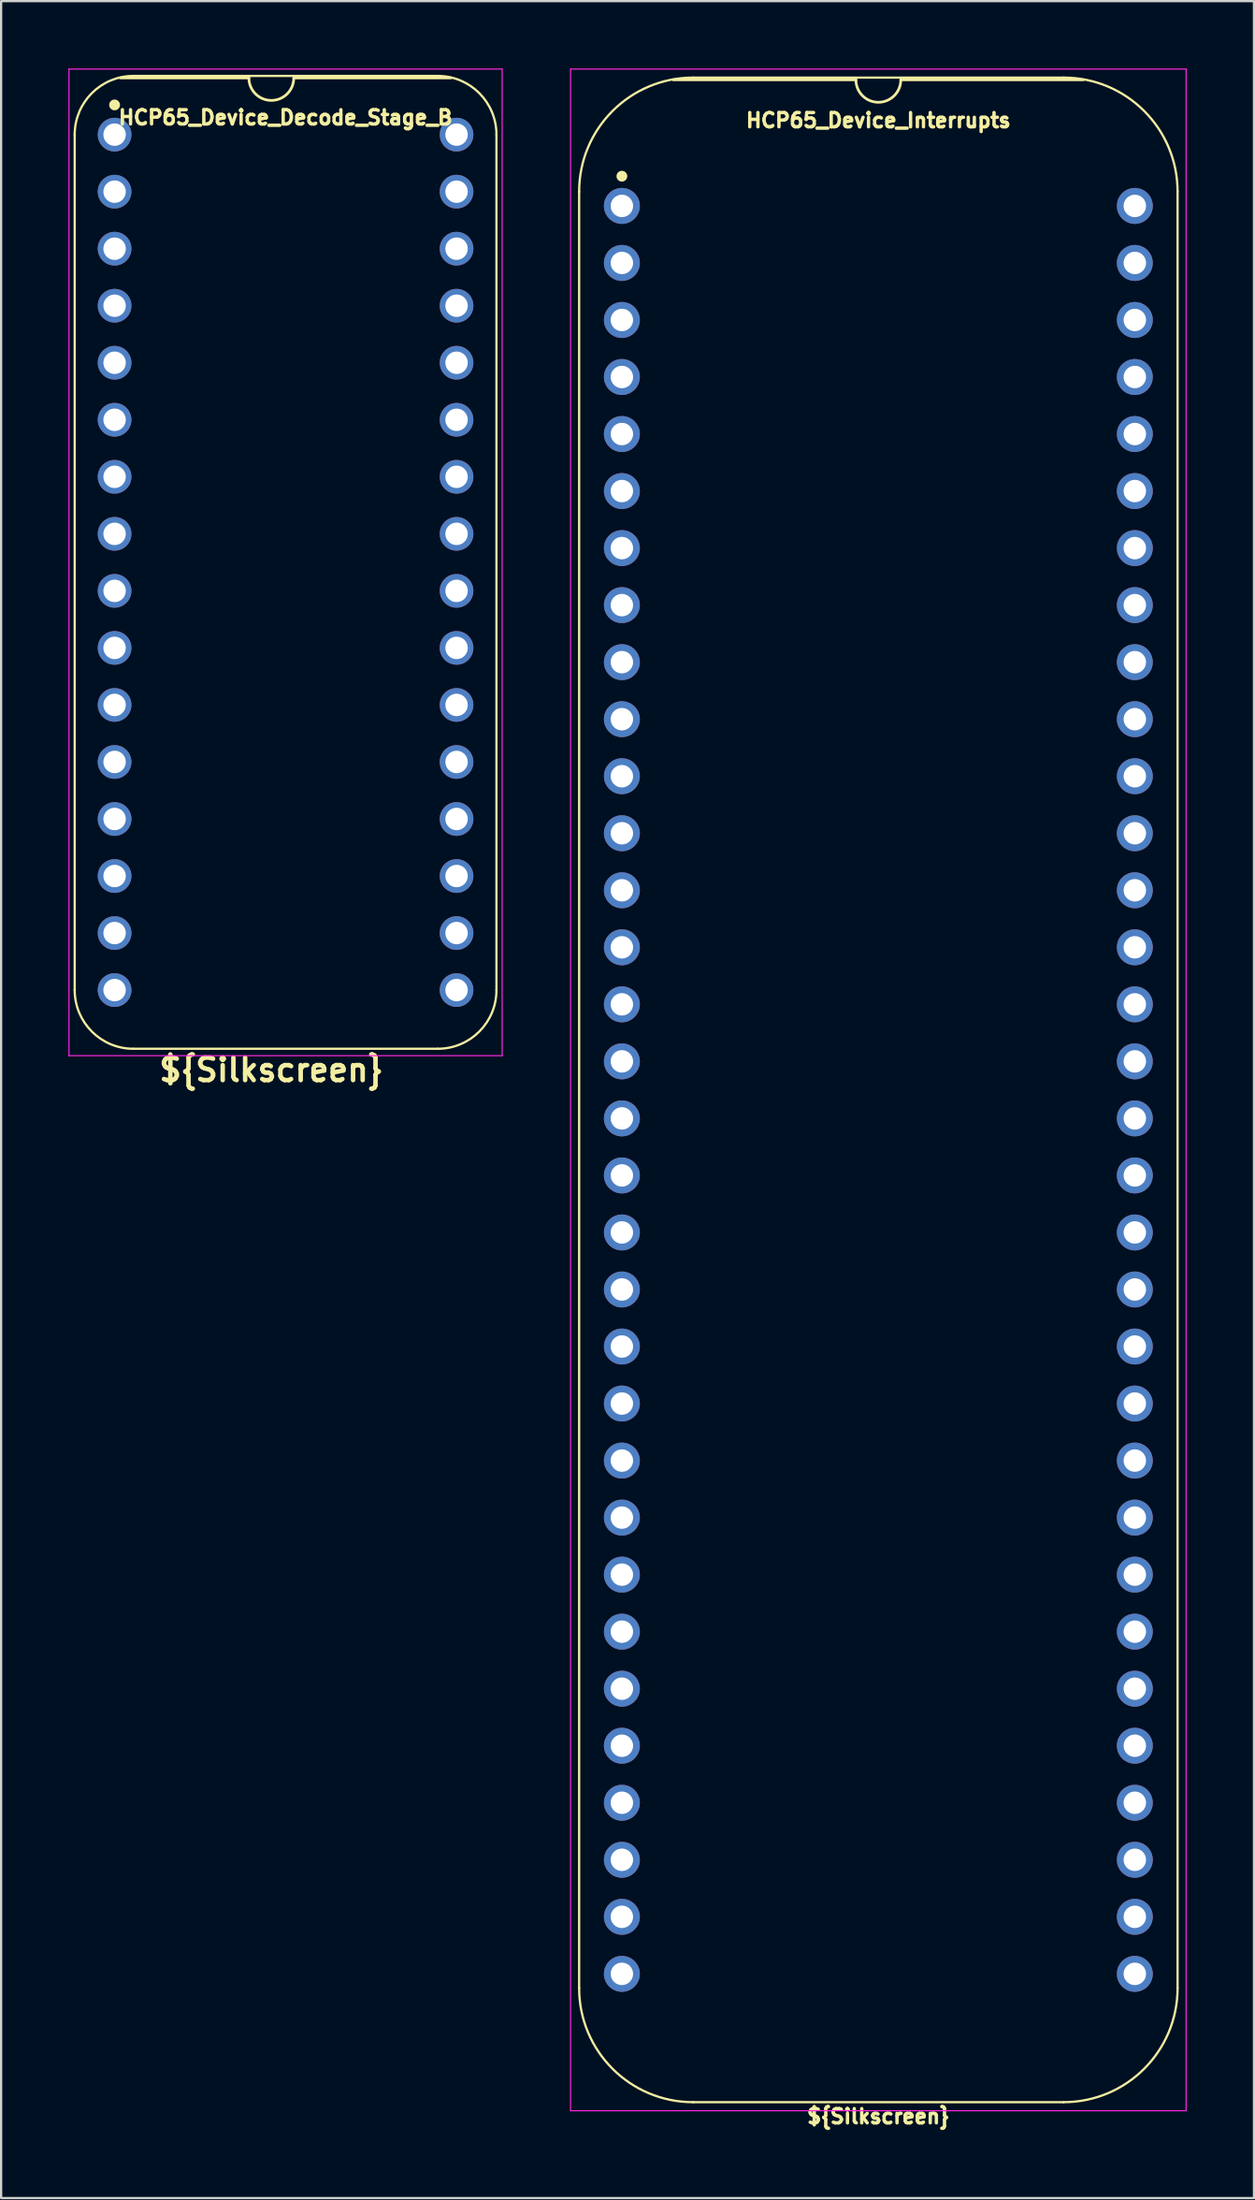
<source format=kicad_pcb>
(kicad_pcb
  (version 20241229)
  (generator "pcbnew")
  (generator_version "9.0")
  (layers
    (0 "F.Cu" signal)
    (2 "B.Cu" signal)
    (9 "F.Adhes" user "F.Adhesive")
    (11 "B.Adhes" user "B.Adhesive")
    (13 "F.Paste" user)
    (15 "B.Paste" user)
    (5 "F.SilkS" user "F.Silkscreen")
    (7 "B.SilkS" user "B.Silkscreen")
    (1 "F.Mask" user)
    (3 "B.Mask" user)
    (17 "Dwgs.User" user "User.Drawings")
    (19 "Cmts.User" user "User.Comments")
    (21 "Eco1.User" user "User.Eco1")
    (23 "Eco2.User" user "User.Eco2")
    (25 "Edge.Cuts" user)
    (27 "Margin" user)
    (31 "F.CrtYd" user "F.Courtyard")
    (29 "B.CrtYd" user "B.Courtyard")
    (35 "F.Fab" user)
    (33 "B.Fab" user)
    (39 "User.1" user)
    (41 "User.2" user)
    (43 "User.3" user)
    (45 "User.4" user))
  (footprint "HCP65_Device_Interrupts"
    (layer "F.Cu")
    (at 24.665 6.121)
    (property "Reference" "HCP65_Device_Interrupts" (at 11.43 -3.81 0) (layer "F.SilkS") (effects (font (size 0.635 0.635) (thickness 0.15))))
    (attr through_hole)
    (fp_line (start -1.905 -0.635) (end -1.905 79.375) (stroke (width 0.1) (type solid)) (layer "F.SilkS"))
    (fp_line (start 10.43 -5.616) (end 2.286 -5.616) (stroke (width 0.12) (type solid)) (layer "F.SilkS"))
    (fp_line (start 19.685 -5.715) (end 3.175 -5.715) (stroke (width 0.1) (type solid)) (layer "F.SilkS"))
    (fp_line (start 19.685 84.455) (end 3.175 84.455) (stroke (width 0.1) (type solid)) (layer "F.SilkS"))
    (fp_line (start 20.574 -5.616) (end 12.43 -5.616) (stroke (width 0.12) (type solid)) (layer "F.SilkS"))
    (fp_line (start 24.765 79.375) (end 24.765 -0.635) (stroke (width 0.1) (type solid)) (layer "F.SilkS"))
    (fp_arc (start -1.905 -0.635) (mid -0.417102 -4.227102) (end 3.175 -5.715) (stroke (width 0.1) (type solid)) (layer "F.SilkS"))
    (fp_arc (start 3.175 84.455) (mid -0.417102 82.967102) (end -1.905 79.375) (stroke (width 0.1) (type solid)) (layer "F.SilkS"))
    (fp_arc (start 12.43 -5.616) (mid 11.43 -4.616) (end 10.43 -5.616) (stroke (width 0.12) (type solid)) (layer "F.SilkS"))
    (fp_arc (start 19.685 -5.715) (mid 23.277102 -4.227102) (end 24.765 -0.635) (stroke (width 0.1) (type solid)) (layer "F.SilkS"))
    (fp_arc (start 24.765 79.375) (mid 23.277102 82.967102) (end 19.685 84.455) (stroke (width 0.1) (type solid)) (layer "F.SilkS"))
    (fp_circle (center 0 -1.323) (end 0.18 -1.323) (stroke (width 0.12) (type solid)) (fill yes) (layer "F.SilkS"))
    (fp_line (start -2.286 -6.096) (end -2.286 84.836) (stroke (width 0.05) (type solid)) (layer "F.CrtYd"))
    (fp_line (start -2.286 -6.096) (end 25.146 -6.096) (stroke (width 0.05) (type solid)) (layer "F.CrtYd"))
    (fp_line (start -2.286 84.836) (end 25.146 84.836) (stroke (width 0.05) (type solid)) (layer "F.CrtYd"))
    (fp_line (start 25.146 84.836) (end 25.146 -6.096) (stroke (width 0.05) (type solid)) (layer "F.CrtYd"))
    (fp_text user "${Silkscreen}" (at 11.43 85.09 0) (layer "F.SilkS") (effects (font (size 0.635 0.635) (thickness 0.15))))
    (pad "1" thru_hole circle (at 0 0) (size 1.6 1.6) (drill 1) (layers "*.Cu" "*.Mask"))
    (pad "2" thru_hole circle (at 0 2.54) (size 1.6 1.6) (drill 1) (layers "*.Cu" "*.Mask"))
    (pad "3" thru_hole circle (at 0 5.08) (size 1.6 1.6) (drill 1) (layers "*.Cu" "*.Mask"))
    (pad "4" thru_hole circle (at 0 7.62) (size 1.6 1.6) (drill 1) (layers "*.Cu" "*.Mask"))
    (pad "5" thru_hole circle (at 0 10.16) (size 1.6 1.6) (drill 1) (layers "*.Cu" "*.Mask"))
    (pad "6" thru_hole circle (at 0 12.7) (size 1.6 1.6) (drill 1) (layers "*.Cu" "*.Mask"))
    (pad "7" thru_hole circle (at 0 15.24) (size 1.6 1.6) (drill 1) (layers "*.Cu" "*.Mask"))
    (pad "8" thru_hole circle (at 0 17.78) (size 1.6 1.6) (drill 1) (layers "*.Cu" "*.Mask"))
    (pad "9" thru_hole circle (at 0 20.32) (size 1.6 1.6) (drill 1) (layers "*.Cu" "*.Mask"))
    (pad "10" thru_hole circle (at 0 22.86) (size 1.6 1.6) (drill 1) (layers "*.Cu" "*.Mask"))
    (pad "11" thru_hole circle (at 0 25.4) (size 1.6 1.6) (drill 1) (layers "*.Cu" "*.Mask"))
    (pad "12" thru_hole circle (at 0 27.94) (size 1.6 1.6) (drill 1) (layers "*.Cu" "*.Mask"))
    (pad "13" thru_hole circle (at 0 30.48) (size 1.6 1.6) (drill 1) (layers "*.Cu" "*.Mask"))
    (pad "14" thru_hole circle (at 0 33.02) (size 1.6 1.6) (drill 1) (layers "*.Cu" "*.Mask"))
    (pad "15" thru_hole circle (at 0 35.56) (size 1.6 1.6) (drill 1) (layers "*.Cu" "*.Mask"))
    (pad "16" thru_hole circle (at 0 38.1) (size 1.6 1.6) (drill 1) (layers "*.Cu" "*.Mask"))
    (pad "17" thru_hole circle (at 0 40.64) (size 1.6 1.6) (drill 1) (layers "*.Cu" "*.Mask"))
    (pad "18" thru_hole circle (at 0 43.18) (size 1.6 1.6) (drill 1) (layers "*.Cu" "*.Mask"))
    (pad "19" thru_hole circle (at 0 45.72) (size 1.6 1.6) (drill 1) (layers "*.Cu" "*.Mask"))
    (pad "20" thru_hole circle (at 0 48.26) (size 1.6 1.6) (drill 1) (layers "*.Cu" "*.Mask"))
    (pad "21" thru_hole circle (at 0 50.8) (size 1.6 1.6) (drill 1) (layers "*.Cu" "*.Mask"))
    (pad "22" thru_hole circle (at 0 53.34) (size 1.6 1.6) (drill 1) (layers "*.Cu" "*.Mask"))
    (pad "23" thru_hole circle (at 0 55.88) (size 1.6 1.6) (drill 1) (layers "*.Cu" "*.Mask"))
    (pad "24" thru_hole circle (at 0 58.42) (size 1.6 1.6) (drill 1) (layers "*.Cu" "*.Mask"))
    (pad "25" thru_hole circle (at 0 60.96) (size 1.6 1.6) (drill 1) (layers "*.Cu" "*.Mask"))
    (pad "26" thru_hole circle (at 0 63.5) (size 1.6 1.6) (drill 1) (layers "*.Cu" "*.Mask"))
    (pad "27" thru_hole circle (at 0 66.04) (size 1.6 1.6) (drill 1) (layers "*.Cu" "*.Mask"))
    (pad "28" thru_hole circle (at 0 68.58) (size 1.6 1.6) (drill 1) (layers "*.Cu" "*.Mask"))
    (pad "29" thru_hole circle (at 0 71.12) (size 1.6 1.6) (drill 1) (layers "*.Cu" "*.Mask"))
    (pad "30" thru_hole circle (at 0 73.66) (size 1.6 1.6) (drill 1) (layers "*.Cu" "*.Mask"))
    (pad "31" thru_hole circle (at 0 76.2) (size 1.6 1.6) (drill 1) (layers "*.Cu" "*.Mask"))
    (pad "32" thru_hole circle (at 0 78.74) (size 1.6 1.6) (drill 1) (layers "*.Cu" "*.Mask"))
    (pad "33" thru_hole circle (at 22.86 78.74) (size 1.6 1.6) (drill 1) (layers "*.Cu" "*.Mask"))
    (pad "34" thru_hole circle (at 22.86 76.2) (size 1.6 1.6) (drill 1) (layers "*.Cu" "*.Mask"))
    (pad "35" thru_hole circle (at 22.86 73.66) (size 1.6 1.6) (drill 1) (layers "*.Cu" "*.Mask"))
    (pad "36" thru_hole circle (at 22.86 71.12) (size 1.6 1.6) (drill 1) (layers "*.Cu" "*.Mask"))
    (pad "37" thru_hole circle (at 22.86 68.58) (size 1.6 1.6) (drill 1) (layers "*.Cu" "*.Mask"))
    (pad "38" thru_hole circle (at 22.86 66.04) (size 1.6 1.6) (drill 1) (layers "*.Cu" "*.Mask"))
    (pad "39" thru_hole circle (at 22.86 63.5) (size 1.6 1.6) (drill 1) (layers "*.Cu" "*.Mask"))
    (pad "40" thru_hole circle (at 22.86 60.96) (size 1.6 1.6) (drill 1) (layers "*.Cu" "*.Mask"))
    (pad "41" thru_hole circle (at 22.86 58.42) (size 1.6 1.6) (drill 1) (layers "*.Cu" "*.Mask"))
    (pad "42" thru_hole circle (at 22.86 55.88) (size 1.6 1.6) (drill 1) (layers "*.Cu" "*.Mask"))
    (pad "43" thru_hole circle (at 22.86 53.34) (size 1.6 1.6) (drill 1) (layers "*.Cu" "*.Mask"))
    (pad "44" thru_hole circle (at 22.86 50.8) (size 1.6 1.6) (drill 1) (layers "*.Cu" "*.Mask"))
    (pad "45" thru_hole circle (at 22.86 48.26) (size 1.6 1.6) (drill 1) (layers "*.Cu" "*.Mask"))
    (pad "46" thru_hole circle (at 22.86 45.72) (size 1.6 1.6) (drill 1) (layers "*.Cu" "*.Mask"))
    (pad "47" thru_hole circle (at 22.86 43.18) (size 1.6 1.6) (drill 1) (layers "*.Cu" "*.Mask"))
    (pad "48" thru_hole circle (at 22.86 40.64) (size 1.6 1.6) (drill 1) (layers "*.Cu" "*.Mask"))
    (pad "49" thru_hole circle (at 22.86 38.1) (size 1.6 1.6) (drill 1) (layers "*.Cu" "*.Mask"))
    (pad "50" thru_hole circle (at 22.86 35.56) (size 1.6 1.6) (drill 1) (layers "*.Cu" "*.Mask"))
    (pad "51" thru_hole circle (at 22.86 33.02) (size 1.6 1.6) (drill 1) (layers "*.Cu" "*.Mask"))
    (pad "52" thru_hole circle (at 22.86 30.48) (size 1.6 1.6) (drill 1) (layers "*.Cu" "*.Mask"))
    (pad "53" thru_hole circle (at 22.86 27.94) (size 1.6 1.6) (drill 1) (layers "*.Cu" "*.Mask"))
    (pad "54" thru_hole circle (at 22.86 25.4) (size 1.6 1.6) (drill 1) (layers "*.Cu" "*.Mask"))
    (pad "55" thru_hole circle (at 22.86 22.86) (size 1.6 1.6) (drill 1) (layers "*.Cu" "*.Mask"))
    (pad "56" thru_hole circle (at 22.86 20.32) (size 1.6 1.6) (drill 1) (layers "*.Cu" "*.Mask"))
    (pad "57" thru_hole circle (at 22.86 17.78) (size 1.6 1.6) (drill 1) (layers "*.Cu" "*.Mask"))
    (pad "58" thru_hole circle (at 22.86 15.24) (size 1.6 1.6) (drill 1) (layers "*.Cu" "*.Mask"))
    (pad "59" thru_hole circle (at 22.86 12.7) (size 1.6 1.6) (drill 1) (layers "*.Cu" "*.Mask"))
    (pad "60" thru_hole circle (at 22.86 10.16) (size 1.6 1.6) (drill 1) (layers "*.Cu" "*.Mask"))
    (pad "61" thru_hole circle (at 22.86 7.62) (size 1.6 1.6) (drill 1) (layers "*.Cu" "*.Mask"))
    (pad "62" thru_hole circle (at 22.86 5.08) (size 1.6 1.6) (drill 1) (layers "*.Cu" "*.Mask"))
    (pad "63" thru_hole circle (at 22.86 2.54) (size 1.6 1.6) (drill 1) (layers "*.Cu" "*.Mask"))
    (pad "64" thru_hole circle (at 22.86 0) (size 1.6 1.6) (drill 1) (layers "*.Cu" "*.Mask")))
  (footprint "HCP65_Device_Decode_Stage_B"
    (layer "F.Cu")
    (at 2.057 2.946)
    (property "Reference" "HCP65_Device_Decode_Stage_B" (at 7.62 -0.762 0) (layer "F.SilkS") (effects (font (size 0.635 0.635) (thickness 0.15))))
    (property "Silkscreen" "${Silkscreen}" (at 6.985 41.656 0) (layer "F.SilkS") (effects (font (size 1 1) (thickness 0.2))))
    (attr through_hole)
    (fp_line (start -1.778 38.1) (end -1.778 0) (stroke (width 0.1) (type solid)) (layer "F.SilkS"))
    (fp_line (start 0.836 -2.614) (end 14.404 -2.614) (stroke (width 0.1) (type solid)) (layer "F.SilkS"))
    (fp_line (start 5.985 -2.524) (end 0.254 -2.524) (stroke (width 0.12) (type solid)) (layer "F.SilkS"))
    (fp_line (start 14.404 40.714) (end 0.836 40.714) (stroke (width 0.1) (type solid)) (layer "F.SilkS"))
    (fp_line (start 14.986 -2.524) (end 7.985 -2.524) (stroke (width 0.12) (type solid)) (layer "F.SilkS"))
    (fp_line (start 17.018 38.1) (end 17.018 0) (stroke (width 0.1) (type solid)) (layer "F.SilkS"))
    (fp_arc (start -1.778 0) (mid -1.012456 -1.848188) (end 0.835732 -2.613732) (stroke (width 0.1) (type solid)) (layer "F.SilkS"))
    (fp_arc (start 0.835733 40.713733) (mid -1.012456 39.948189) (end -1.778 38.1) (stroke (width 0.1) (type solid)) (layer "F.SilkS"))
    (fp_arc (start 7.985 -2.524) (mid 6.985 -1.524) (end 5.985 -2.524) (stroke (width 0.12) (type solid)) (layer "F.SilkS"))
    (fp_arc (start 14.404268 -2.613732) (mid 16.252456 -1.848188) (end 17.018 0) (stroke (width 0.1) (type solid)) (layer "F.SilkS"))
    (fp_arc (start 17.018001 38.100001) (mid 16.252456 39.948188) (end 14.404269 40.713733) (stroke (width 0.1) (type solid)) (layer "F.SilkS"))
    (fp_circle (center 0 -1.323) (end 0.18 -1.323) (stroke (width 0.12) (type solid)) (fill yes) (layer "F.SilkS"))
    (fp_line (start -2.032 -2.921) (end -2.032 41.021) (stroke (width 0.05) (type solid)) (layer "F.CrtYd"))
    (fp_line (start -2.032 -2.921) (end 17.272 -2.921) (stroke (width 0.05) (type solid)) (layer "F.CrtYd"))
    (fp_line (start -2.032 41.021) (end 17.272 41.021) (stroke (width 0.05) (type solid)) (layer "F.CrtYd"))
    (fp_line (start 17.272 -2.921) (end 17.272 41.021) (stroke (width 0.05) (type solid)) (layer "F.CrtYd"))
    (pad "1" thru_hole circle (at 0 0) (size 1.5 1.5) (drill 1) (layers "*.Cu" "*.Mask"))
    (pad "2" thru_hole circle (at 0 2.54) (size 1.5 1.5) (drill 1) (layers "*.Cu" "*.Mask"))
    (pad "3" thru_hole circle (at 0 5.08) (size 1.5 1.5) (drill 1) (layers "*.Cu" "*.Mask"))
    (pad "4" thru_hole circle (at 0 7.62) (size 1.5 1.5) (drill 1) (layers "*.Cu" "*.Mask"))
    (pad "5" thru_hole circle (at 0 10.16) (size 1.5 1.5) (drill 1) (layers "*.Cu" "*.Mask"))
    (pad "6" thru_hole circle (at 0 12.7) (size 1.5 1.5) (drill 1) (layers "*.Cu" "*.Mask"))
    (pad "7" thru_hole circle (at 0 15.24) (size 1.5 1.5) (drill 1) (layers "*.Cu" "*.Mask"))
    (pad "8" thru_hole circle (at 0 17.78) (size 1.5 1.5) (drill 1) (layers "*.Cu" "*.Mask"))
    (pad "9" thru_hole circle (at 0 20.32) (size 1.5 1.5) (drill 1) (layers "*.Cu" "*.Mask"))
    (pad "10" thru_hole circle (at 0 22.86) (size 1.5 1.5) (drill 1) (layers "*.Cu" "*.Mask"))
    (pad "11" thru_hole circle (at 0 25.4) (size 1.5 1.5) (drill 1) (layers "*.Cu" "*.Mask"))
    (pad "12" thru_hole circle (at 0 27.94) (size 1.5 1.5) (drill 1) (layers "*.Cu" "*.Mask"))
    (pad "13" thru_hole circle (at 0 30.48) (size 1.5 1.5) (drill 1) (layers "*.Cu" "*.Mask"))
    (pad "14" thru_hole circle (at 0 33.02) (size 1.5 1.5) (drill 1) (layers "*.Cu" "*.Mask"))
    (pad "15" thru_hole circle (at 0 35.56) (size 1.5 1.5) (drill 1) (layers "*.Cu" "*.Mask"))
    (pad "16" thru_hole circle (at 0 38.1) (size 1.5 1.5) (drill 1) (layers "*.Cu" "*.Mask"))
    (pad "17" thru_hole circle (at 15.24 38.1) (size 1.5 1.5) (drill 1) (layers "*.Cu" "*.Mask"))
    (pad "18" thru_hole circle (at 15.24 35.56) (size 1.5 1.5) (drill 1) (layers "*.Cu" "*.Mask"))
    (pad "19" thru_hole circle (at 15.24 33.02) (size 1.5 1.5) (drill 1) (layers "*.Cu" "*.Mask"))
    (pad "20" thru_hole circle (at 15.24 30.48) (size 1.5 1.5) (drill 1) (layers "*.Cu" "*.Mask"))
    (pad "21" thru_hole circle (at 15.24 27.94) (size 1.5 1.5) (drill 1) (layers "*.Cu" "*.Mask"))
    (pad "22" thru_hole circle (at 15.24 25.4) (size 1.5 1.5) (drill 1) (layers "*.Cu" "*.Mask"))
    (pad "23" thru_hole circle (at 15.24 22.86) (size 1.5 1.5) (drill 1) (layers "*.Cu" "*.Mask"))
    (pad "24" thru_hole circle (at 15.24 20.32) (size 1.5 1.5) (drill 1) (layers "*.Cu" "*.Mask"))
    (pad "25" thru_hole circle (at 15.24 17.78) (size 1.5 1.5) (drill 1) (layers "*.Cu" "*.Mask"))
    (pad "26" thru_hole circle (at 15.24 15.24) (size 1.5 1.5) (drill 1) (layers "*.Cu" "*.Mask"))
    (pad "27" thru_hole circle (at 15.24 12.7) (size 1.5 1.5) (drill 1) (layers "*.Cu" "*.Mask"))
    (pad "28" thru_hole circle (at 15.24 10.16) (size 1.5 1.5) (drill 1) (layers "*.Cu" "*.Mask"))
    (pad "29" thru_hole circle (at 15.24 7.62) (size 1.5 1.5) (drill 1) (layers "*.Cu" "*.Mask"))
    (pad "30" thru_hole circle (at 15.24 5.08) (size 1.5 1.5) (drill 1) (layers "*.Cu" "*.Mask"))
    (pad "31" thru_hole circle (at 15.24 2.54) (size 1.5 1.5) (drill 1) (layers "*.Cu" "*.Mask"))
    (pad "32" thru_hole circle (at 15.24 0) (size 1.5 1.5) (drill 1) (layers "*.Cu" "*.Mask")))
  (gr_rect
    (start -3 -3)
    (end 52.836 94.846)
    (stroke (width 0.1) (type default))
    (fill no)
    (layer "Edge.Cuts")))
</source>
